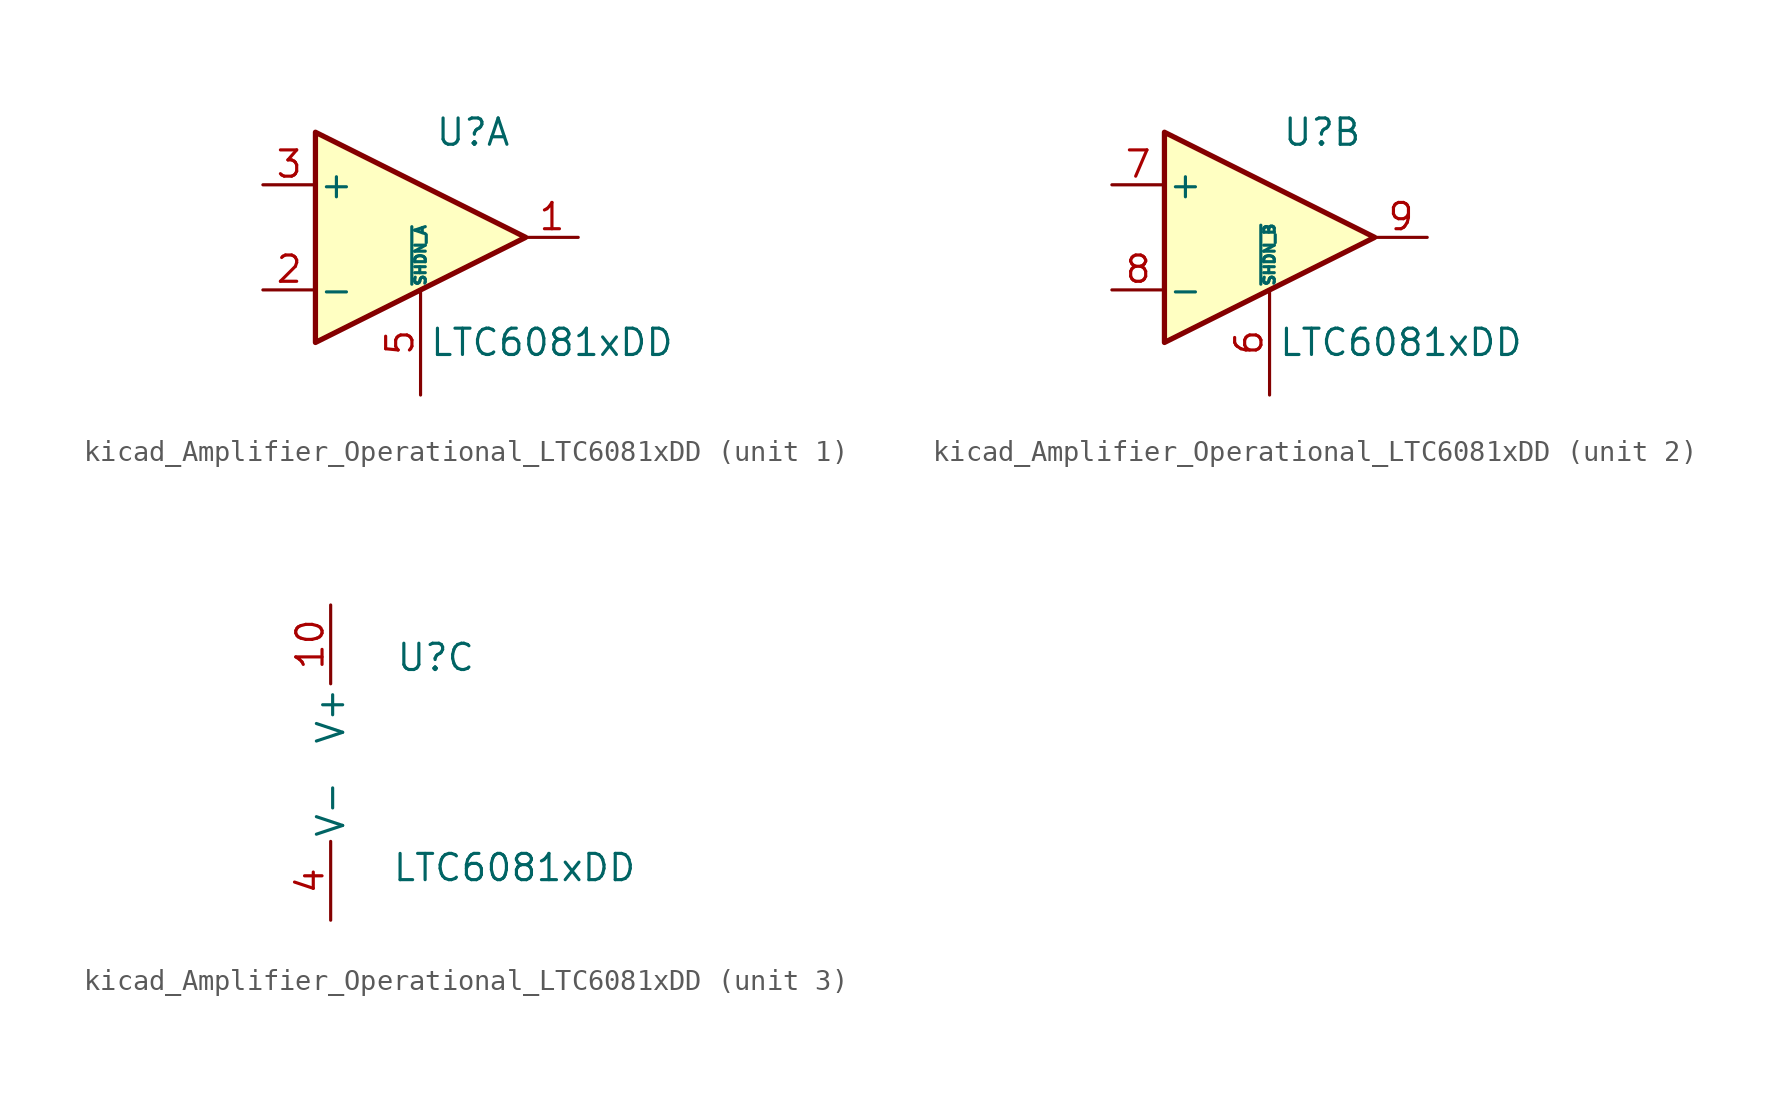
<source format=kicad_sym>
(kicad_symbol_lib
  (version 20220914)
  (generator kicad_symbol_editor)
  (symbol "kicad_Amplifier_Operational_LTC6081xDD"
    (pin_names
      (offset 0.127))
    (property "Reference" "U"
      (at 2.54 5.08 0)
      (effects (font (size 1.27 1.27))))
    (property "Value" "LTC6081xDD"
      (at 6.35 -5.08 0)
      (effects (font (size 1.27 1.27))))
    (property "ki_locked" ""
      (at 0 0 0)
      (effects (font (size 1.27 1.27))))
    (symbol "kicad_Amplifier_Operational_LTC6081xDD_1_1"
      (polyline (pts (xy -5.08 5.08) (xy 5.08 0) (xy -5.08 -5.08) (xy -5.08 5.08)) (stroke (width 0.254) (type default)) (fill (type background)))
      (pin output line (at 7.62 0 180) (length 2.54) (name "~" (effects (font (size 1.27 1.27)))) (number "1" (effects (font (size 1.27 1.27)))))
      (pin input line (at -7.62 -2.54 0) (length 2.54) (name "-" (effects (font (size 1.27 1.27)))) (number "2" (effects (font (size 1.27 1.27)))))
      (pin input line (at -7.62 2.54 0) (length 2.54) (name "+" (effects (font (size 1.27 1.27)))) (number "3" (effects (font (size 1.27 1.27)))))
      (pin input line (at 0 -7.62 90) (length 5.08) (name "~{SHDN_A}" (effects (font (size 0.508 0.508)))) (number "5" (effects (font (size 1.27 1.27))))))
    (symbol "kicad_Amplifier_Operational_LTC6081xDD_2_1"
      (polyline (pts (xy -5.08 5.08) (xy 5.08 0) (xy -5.08 -5.08) (xy -5.08 5.08)) (stroke (width 0.254) (type default)) (fill (type background)))
      (pin input line (at 0 -7.62 90) (length 5.08) (name "~{SHDN_B}" (effects (font (size 0.508 0.508)))) (number "6" (effects (font (size 1.27 1.27)))))
      (pin input line (at -7.62 2.54 0) (length 2.54) (name "+" (effects (font (size 1.27 1.27)))) (number "7" (effects (font (size 1.27 1.27)))))
      (pin input line (at -7.62 -2.54 0) (length 2.54) (name "-" (effects (font (size 1.27 1.27)))) (number "8" (effects (font (size 1.27 1.27)))))
      (pin output line (at 7.62 0 180) (length 2.54) (name "~" (effects (font (size 1.27 1.27)))) (number "9" (effects (font (size 1.27 1.27))))))
    (symbol "kicad_Amplifier_Operational_LTC6081xDD_3_1"
      (pin power_in line (at -2.54 7.62 270) (length 3.81) (name "V+" (effects (font (size 1.27 1.27)))) (number "10" (effects (font (size 1.27 1.27)))))
      (pin passive line (at -2.54 -7.62 90) (length 3.81) hide (name "V-" (effects (font (size 1.27 1.27)))) (number "11" (effects (font (size 1.27 1.27)))))
      (pin power_in line (at -2.54 -7.62 90) (length 3.81) (name "V-" (effects (font (size 1.27 1.27)))) (number "4" (effects (font (size 1.27 1.27))))))))
</source>
